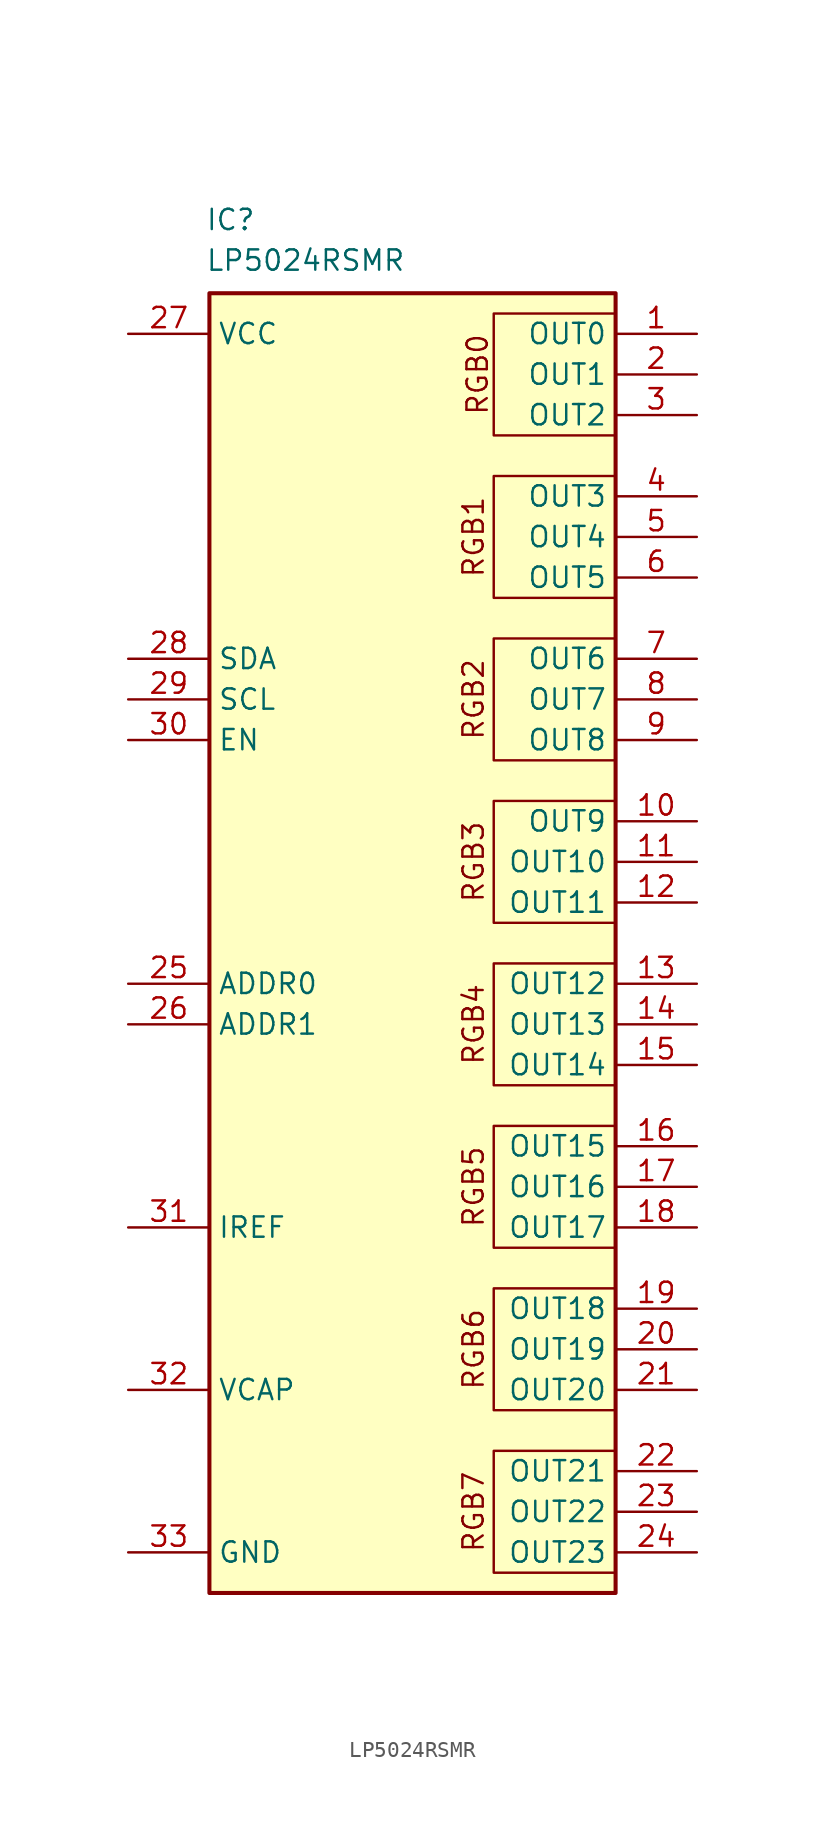
<source format=kicad_sym>
(kicad_symbol_lib
  (version 20241209)
  (generator "kicad_symbol_editor")
  (generator_version "9.0")
  (symbol "LP5024RSMR"
    (property "Reference" "IC"
      (at -0.254 5.334 0)
      (effects (font (size 1.27 1.27)) (justify left top)))
    (property "Value" "LP5024RSMR"
      (at -0.254 2.794 0)
      (effects (font (size 1.27 1.27)) (justify left top)))
    (symbol "LP5024RSMR_0_1"
      (polyline (pts (xy 25.4 -8.89) (xy 17.78 -8.89) (xy 17.78 -1.27) (xy 25.4 -1.27)) (stroke (width 0) (type default)) (fill (type none)))
      (polyline (pts (xy 25.4 -19.05) (xy 17.78 -19.05) (xy 17.78 -11.43) (xy 25.4 -11.43)) (stroke (width 0) (type default)) (fill (type none)))
      (polyline (pts (xy 25.4 -29.21) (xy 17.78 -29.21) (xy 17.78 -21.59) (xy 25.4 -21.59)) (stroke (width 0) (type default)) (fill (type none)))
      (polyline (pts (xy 25.4 -39.37) (xy 17.78 -39.37) (xy 17.78 -31.75) (xy 25.4 -31.75)) (stroke (width 0) (type default)) (fill (type none)))
      (polyline (pts (xy 25.4 -49.53) (xy 17.78 -49.53) (xy 17.78 -41.91) (xy 25.4 -41.91)) (stroke (width 0) (type default)) (fill (type none)))
      (polyline (pts (xy 25.4 -59.69) (xy 17.78 -59.69) (xy 17.78 -52.07) (xy 25.4 -52.07)) (stroke (width 0) (type default)) (fill (type none)))
      (polyline (pts (xy 25.4 -69.85) (xy 17.78 -69.85) (xy 17.78 -62.23) (xy 25.4 -62.23)) (stroke (width 0) (type default)) (fill (type none)))
      (polyline (pts (xy 25.4 -80.01) (xy 17.78 -80.01) (xy 17.78 -72.39) (xy 25.4 -72.39)) (stroke (width 0) (type default)) (fill (type none))))
    (symbol "LP5024RSMR_1_1"
      (rectangle (start 0 0) (end 25.4 -81.28) (stroke (width 0.254) (type default)) (fill (type background)))
      (text "RGB1" (at 16.51 -15.24 900) (effects (font (size 1.27 1.27))))
      (text "RGB2" (at 16.51 -25.4 900) (effects (font (size 1.27 1.27))))
      (text "RGB3" (at 16.51 -35.56 900) (effects (font (size 1.27 1.27))))
      (text "RGB4" (at 16.51 -45.72 900) (effects (font (size 1.27 1.27))))
      (text "RGB5" (at 16.51 -55.88 900) (effects (font (size 1.27 1.27))))
      (text "RGB6" (at 16.51 -66.04 900) (effects (font (size 1.27 1.27))))
      (text "RGB7" (at 16.51 -76.2 900) (effects (font (size 1.27 1.27))))
      (text "RGB0" (at 16.764 -5.08 900) (effects (font (size 1.27 1.27))))
      (pin power_in line (at -5.08 -2.54 0) (length 5.08) (name "VCC" (effects (font (size 1.27 1.27)))) (number "27" (effects (font (size 1.27 1.27)))))
      (pin bidirectional line (at -5.08 -22.86 0) (length 5.08) (name "SDA" (effects (font (size 1.27 1.27)))) (number "28" (effects (font (size 1.27 1.27)))))
      (pin bidirectional line (at -5.08 -25.4 0) (length 5.08) (name "SCL" (effects (font (size 1.27 1.27)))) (number "29" (effects (font (size 1.27 1.27)))))
      (pin input line (at -5.08 -27.94 0) (length 5.08) (name "EN" (effects (font (size 1.27 1.27)))) (number "30" (effects (font (size 1.27 1.27)))))
      (pin input line (at -5.08 -43.18 0) (length 5.08) (name "ADDR0" (effects (font (size 1.27 1.27)))) (number "25" (effects (font (size 1.27 1.27)))))
      (pin input line (at -5.08 -45.72 0) (length 5.08) (name "ADDR1" (effects (font (size 1.27 1.27)))) (number "26" (effects (font (size 1.27 1.27)))))
      (pin input line (at -5.08 -58.42 0) (length 5.08) (name "IREF" (effects (font (size 1.27 1.27)))) (number "31" (effects (font (size 1.27 1.27)))))
      (pin power_in line (at -5.08 -68.58 0) (length 5.08) (name "VCAP" (effects (font (size 1.27 1.27)))) (number "32" (effects (font (size 1.27 1.27)))))
      (pin power_in line (at -5.08 -78.74 0) (length 5.08) (name "GND" (effects (font (size 1.27 1.27)))) (number "33" (effects (font (size 1.27 1.27)))))
      (pin output line (at 30.48 -2.54 180) (length 5.08) (name "OUT0" (effects (font (size 1.27 1.27)))) (number "1" (effects (font (size 1.27 1.27)))))
      (pin output line (at 30.48 -5.08 180) (length 5.08) (name "OUT1" (effects (font (size 1.27 1.27)))) (number "2" (effects (font (size 1.27 1.27)))))
      (pin output line (at 30.48 -7.62 180) (length 5.08) (name "OUT2" (effects (font (size 1.27 1.27)))) (number "3" (effects (font (size 1.27 1.27)))))
      (pin output line (at 30.48 -12.7 180) (length 5.08) (name "OUT3" (effects (font (size 1.27 1.27)))) (number "4" (effects (font (size 1.27 1.27)))))
      (pin output line (at 30.48 -15.24 180) (length 5.08) (name "OUT4" (effects (font (size 1.27 1.27)))) (number "5" (effects (font (size 1.27 1.27)))))
      (pin output line (at 30.48 -17.78 180) (length 5.08) (name "OUT5" (effects (font (size 1.27 1.27)))) (number "6" (effects (font (size 1.27 1.27)))))
      (pin output line (at 30.48 -22.86 180) (length 5.08) (name "OUT6" (effects (font (size 1.27 1.27)))) (number "7" (effects (font (size 1.27 1.27)))))
      (pin output line (at 30.48 -25.4 180) (length 5.08) (name "OUT7" (effects (font (size 1.27 1.27)))) (number "8" (effects (font (size 1.27 1.27)))))
      (pin output line (at 30.48 -27.94 180) (length 5.08) (name "OUT8" (effects (font (size 1.27 1.27)))) (number "9" (effects (font (size 1.27 1.27)))))
      (pin output line (at 30.48 -33.02 180) (length 5.08) (name "OUT9" (effects (font (size 1.27 1.27)))) (number "10" (effects (font (size 1.27 1.27)))))
      (pin output line (at 30.48 -35.56 180) (length 5.08) (name "OUT10" (effects (font (size 1.27 1.27)))) (number "11" (effects (font (size 1.27 1.27)))))
      (pin output line (at 30.48 -38.1 180) (length 5.08) (name "OUT11" (effects (font (size 1.27 1.27)))) (number "12" (effects (font (size 1.27 1.27)))))
      (pin output line (at 30.48 -43.18 180) (length 5.08) (name "OUT12" (effects (font (size 1.27 1.27)))) (number "13" (effects (font (size 1.27 1.27)))))
      (pin output line (at 30.48 -45.72 180) (length 5.08) (name "OUT13" (effects (font (size 1.27 1.27)))) (number "14" (effects (font (size 1.27 1.27)))))
      (pin output line (at 30.48 -48.26 180) (length 5.08) (name "OUT14" (effects (font (size 1.27 1.27)))) (number "15" (effects (font (size 1.27 1.27)))))
      (pin output line (at 30.48 -53.34 180) (length 5.08) (name "OUT15" (effects (font (size 1.27 1.27)))) (number "16" (effects (font (size 1.27 1.27)))))
      (pin output line (at 30.48 -55.88 180) (length 5.08) (name "OUT16" (effects (font (size 1.27 1.27)))) (number "17" (effects (font (size 1.27 1.27)))))
      (pin output line (at 30.48 -58.42 180) (length 5.08) (name "OUT17" (effects (font (size 1.27 1.27)))) (number "18" (effects (font (size 1.27 1.27)))))
      (pin output line (at 30.48 -63.5 180) (length 5.08) (name "OUT18" (effects (font (size 1.27 1.27)))) (number "19" (effects (font (size 1.27 1.27)))))
      (pin output line (at 30.48 -66.04 180) (length 5.08) (name "OUT19" (effects (font (size 1.27 1.27)))) (number "20" (effects (font (size 1.27 1.27)))))
      (pin output line (at 30.48 -68.58 180) (length 5.08) (name "OUT20" (effects (font (size 1.27 1.27)))) (number "21" (effects (font (size 1.27 1.27)))))
      (pin output line (at 30.48 -73.66 180) (length 5.08) (name "OUT21" (effects (font (size 1.27 1.27)))) (number "22" (effects (font (size 1.27 1.27)))))
      (pin output line (at 30.48 -76.2 180) (length 5.08) (name "OUT22" (effects (font (size 1.27 1.27)))) (number "23" (effects (font (size 1.27 1.27)))))
      (pin output line (at 30.48 -78.74 180) (length 5.08) (name "OUT23" (effects (font (size 1.27 1.27)))) (number "24" (effects (font (size 1.27 1.27))))))))
</source>
